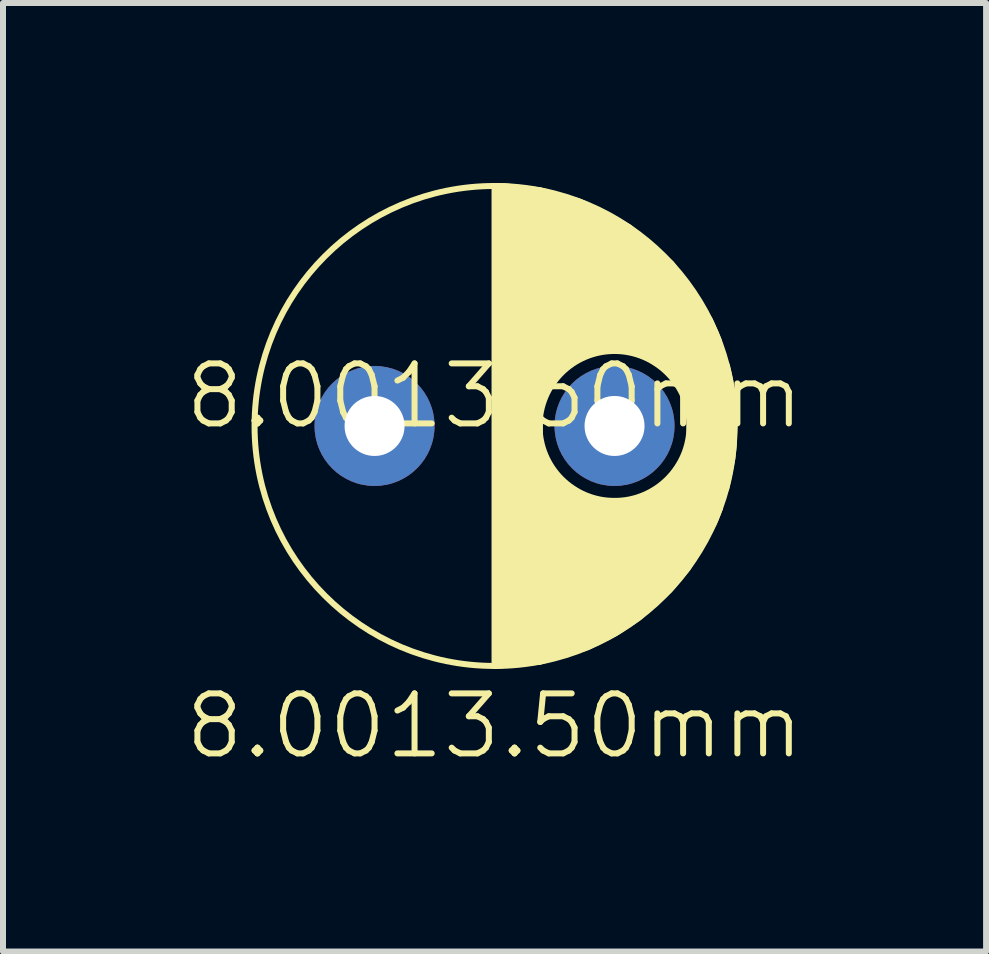
<source format=kicad_pcb>
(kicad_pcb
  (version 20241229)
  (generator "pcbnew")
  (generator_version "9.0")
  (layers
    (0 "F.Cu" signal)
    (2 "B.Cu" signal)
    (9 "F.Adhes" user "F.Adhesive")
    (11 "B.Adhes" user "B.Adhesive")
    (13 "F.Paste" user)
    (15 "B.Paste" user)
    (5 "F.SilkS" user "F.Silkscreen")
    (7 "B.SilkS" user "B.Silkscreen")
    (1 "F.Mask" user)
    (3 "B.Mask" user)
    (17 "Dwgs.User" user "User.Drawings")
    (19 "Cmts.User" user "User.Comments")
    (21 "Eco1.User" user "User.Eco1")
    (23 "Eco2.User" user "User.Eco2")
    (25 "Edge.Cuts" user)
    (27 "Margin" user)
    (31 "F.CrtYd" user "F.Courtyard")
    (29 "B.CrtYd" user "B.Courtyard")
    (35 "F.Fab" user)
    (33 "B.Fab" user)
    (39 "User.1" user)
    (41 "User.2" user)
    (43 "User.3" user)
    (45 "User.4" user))
  (footprint "8.0013.50mm"
    (layer "F.Cu")
    (at 5.193 4.05)
    (property "Reference" "8.0013.50mm" (at 0 -0.5 0) (unlocked yes) (layer "F.SilkS") (effects (font (size 1 1) (thickness 0.1))))
    (attr smd)
    (fp_circle (center 0 0) (end 0 -4) (stroke (width 0.1) (type default)) (fill no) (layer "F.SilkS"))
    (fp_circle (center 2 0) (end 3.25 0) (stroke (width 0.1) (type default)) (fill no) (layer "F.SilkS"))
    (fp_poly (pts (xy 0.5 -1.25) (xy 0.5 -0.5) (xy 0.75 -0.442) (xy 0.861 -0.515) (xy 1.094 -0.861) (xy 1.322 -1.05) (xy 1.535 -1.16) (xy 1.571 -1.25)) (stroke (width 0.05) (type solid)) (fill yes) (layer "F.SilkS"))
    (fp_poly (pts (xy 0.75 1.5) (xy 1.5 1.5) (xy 1.558 1.25) (xy 1.485 1.139) (xy 1.139 0.906) (xy 0.95 0.678) (xy 0.84 0.465) (xy 0.75 0.429)) (stroke (width 0.05) (type solid)) (fill yes) (layer "F.SilkS"))
    (fp_poly (pts (xy 3.25 -1.5) (xy 2.5 -1.5) (xy 2.442 -1.25) (xy 2.515 -1.139) (xy 2.861 -0.906) (xy 3.05 -0.678) (xy 3.16 -0.465) (xy 3.25 -0.429)) (stroke (width 0.05) (type solid)) (fill yes) (layer "F.SilkS"))
    (fp_poly (pts (xy 3.5 1.25) (xy 3.5 0.5) (xy 3.25 0.442) (xy 3.139 0.515) (xy 2.906 0.861) (xy 2.678 1.05) (xy 2.465 1.16) (xy 2.429 1.25)) (stroke (width 0.05) (type solid)) (fill yes) (layer "F.SilkS"))
    (fp_poly (pts (xy 0 -3.75) (xy 0 4) (xy 0.756 3.928) (xy 0.756 -3.744) (xy 0.75 -3.75) (xy 0.76 -3.927) (xy 0.166 -3.997) (xy 0.003 -3.997) (xy 0 -4)) (stroke (width 0.1) (type solid)) (fill yes) (layer "F.SilkS"))
    (fp_poly (pts (xy 0.75 -1.25) (xy 0.76 -3.927) (xy 1.433 -3.734) (xy 2.245 -3.311) (xy 2.945 -2.707) (xy 3.585 -1.773) (xy 3.736 -1.43) (xy 3.736 -1.264) (xy 3.75 -1.25)) (stroke (width 0.1) (type solid)) (fill yes) (layer "F.SilkS"))
    (fp_poly (pts (xy 0.75 1.25) (xy 3.75 1.25) (xy 3.758 1.37) (xy 3.655 1.626) (xy 3.227 2.364) (xy 2.915 2.739) (xy 2.407 3.195) (xy 2.016 3.455) (xy 1.561 3.683) (xy 0.756 3.928)) (stroke (width 0.1) (type solid)) (fill yes) (layer "F.SilkS"))
    (fp_poly (pts (xy 3.25 1.25) (xy 3.25 -1.25) (xy 3.75 -1.25) (xy 3.872 -1.005) (xy 3.928 -0.753) (xy 3.97 -0.486) (xy 3.993 -0.232) (xy 4 0) (xy 3.985 0.342) (xy 3.963 0.544) (xy 3.862 1.042) (xy 3.75 1.25)) (stroke (width 0.1) (type solid)) (fill yes) (layer "F.SilkS"))
    (fp_text user "${REFERENCE}" (at 0 5 0) (unlocked yes) (layer "F.SilkS") (effects (font (size 1 1) (thickness 0.1))))
    (pad "1" thru_hole circle (at -2 0) (size 2 2) (drill 1) (layers "*.Cu" "*.Mask"))
    (pad "2" thru_hole circle (at 2 0) (size 2 2) (drill 1) (layers "*.Cu" "*.Mask")))
  (gr_rect
    (start -3 -3)
    (end 13.386 12.81)
    (stroke (width 0.1) (type default))
    (fill no)
    (layer "Edge.Cuts")))
</source>
